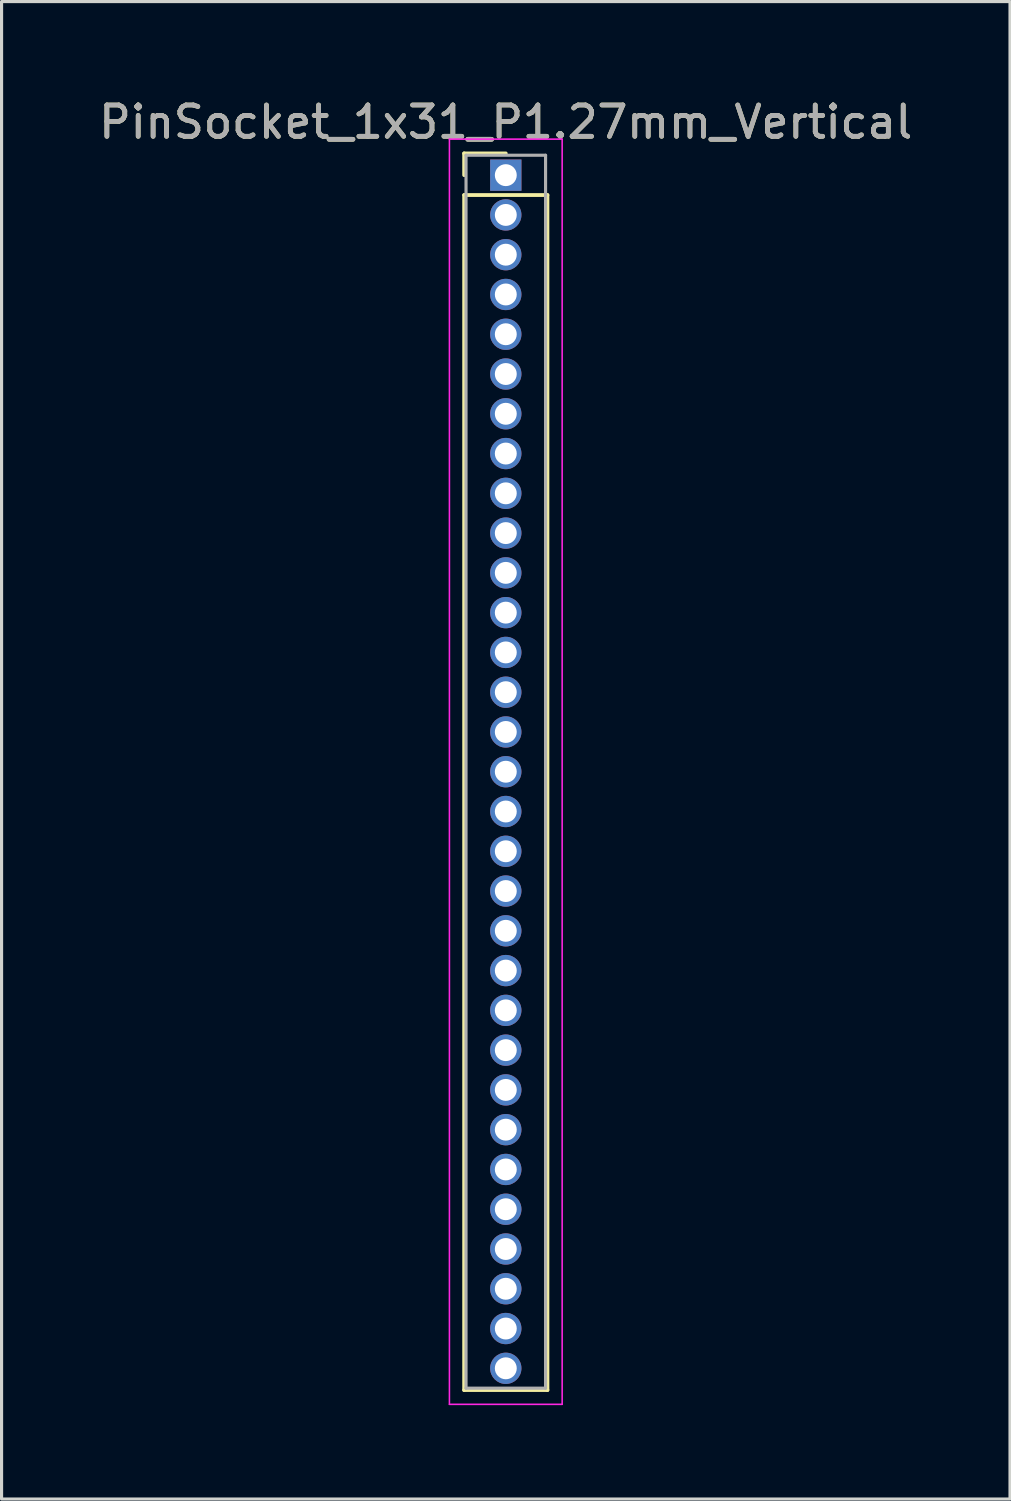
<source format=kicad_pcb>
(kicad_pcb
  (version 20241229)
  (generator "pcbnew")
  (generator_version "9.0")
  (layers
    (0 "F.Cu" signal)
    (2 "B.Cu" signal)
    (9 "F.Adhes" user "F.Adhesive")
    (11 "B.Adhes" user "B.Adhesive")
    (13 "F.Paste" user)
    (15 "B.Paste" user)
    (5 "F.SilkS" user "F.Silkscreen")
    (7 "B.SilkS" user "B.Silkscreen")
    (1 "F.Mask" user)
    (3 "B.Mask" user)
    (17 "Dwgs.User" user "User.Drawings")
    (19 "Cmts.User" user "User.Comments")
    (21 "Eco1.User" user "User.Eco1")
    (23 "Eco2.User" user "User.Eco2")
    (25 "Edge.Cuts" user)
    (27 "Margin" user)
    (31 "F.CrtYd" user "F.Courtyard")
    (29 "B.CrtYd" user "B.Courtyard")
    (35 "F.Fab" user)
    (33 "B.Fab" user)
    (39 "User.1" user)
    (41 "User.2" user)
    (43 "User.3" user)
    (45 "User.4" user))
  (footprint "PinSocket_1x31_P1.27mm_Vertical"
    (layer "F.Cu")
    (at 13.101 2.543)
    (property "Reference" "PinSocket_1x31_P1.27mm_Vertical" (at 0 -1.695 0) (layer "F.SilkS") (effects (font (size 1 1) (thickness 0.15))))
    (attr through_hole)
    (fp_line (start -1.33 -0.695) (end 0 -0.695) (stroke (width 0.12) (type solid)) (layer "F.SilkS"))
    (fp_line (start -1.33 0) (end -1.33 -0.695) (stroke (width 0.12) (type solid)) (layer "F.SilkS"))
    (fp_line (start -1.33 0.635) (end -1.33 38.795) (stroke (width 0.12) (type solid)) (layer "F.SilkS"))
    (fp_line (start -1.33 38.795) (end 1.33 38.795) (stroke (width 0.12) (type solid)) (layer "F.SilkS"))
    (fp_line (start 1.33 0.635) (end -1.33 0.635) (stroke (width 0.12) (type solid)) (layer "F.SilkS"))
    (fp_line (start 1.33 38.795) (end 1.33 0.635) (stroke (width 0.12) (type solid)) (layer "F.SilkS"))
    (fp_line (start -1.8 -1.15) (end -1.8 39.25) (stroke (width 0.05) (type solid)) (layer "F.CrtYd"))
    (fp_line (start -1.8 39.25) (end 1.8 39.25) (stroke (width 0.05) (type solid)) (layer "F.CrtYd"))
    (fp_line (start 1.8 -1.15) (end -1.8 -1.15) (stroke (width 0.05) (type solid)) (layer "F.CrtYd"))
    (fp_line (start 1.8 39.25) (end 1.8 -1.15) (stroke (width 0.05) (type solid)) (layer "F.CrtYd"))
    (fp_line (start -1.27 -0.635) (end -1.27 38.735) (stroke (width 0.1) (type solid)) (layer "F.Fab"))
    (fp_line (start -1.27 38.735) (end 1.27 38.735) (stroke (width 0.1) (type solid)) (layer "F.Fab"))
    (fp_line (start 1.27 -0.635) (end -1.27 -0.635) (stroke (width 0.1) (type solid)) (layer "F.Fab"))
    (fp_line (start 1.27 38.735) (end 1.27 -0.635) (stroke (width 0.1) (type solid)) (layer "F.Fab"))
    (fp_text user "${REFERENCE}" (at 0 -1.695 0) (layer "F.Fab") (effects (font (size 1 1) (thickness 0.15))))
    (pad "1" thru_hole rect (at 0 0) (size 1 1) (drill 0.7) (layers "*.Cu" "*.Mask"))
    (pad "2" thru_hole oval (at 0 1.27) (size 1 1) (drill 0.7) (layers "*.Cu" "*.Mask"))
    (pad "3" thru_hole oval (at 0 2.54) (size 1 1) (drill 0.7) (layers "*.Cu" "*.Mask"))
    (pad "4" thru_hole oval (at 0 3.81) (size 1 1) (drill 0.7) (layers "*.Cu" "*.Mask"))
    (pad "5" thru_hole oval (at 0 5.08) (size 1 1) (drill 0.7) (layers "*.Cu" "*.Mask"))
    (pad "6" thru_hole oval (at 0 6.35) (size 1 1) (drill 0.7) (layers "*.Cu" "*.Mask"))
    (pad "7" thru_hole oval (at 0 7.62) (size 1 1) (drill 0.7) (layers "*.Cu" "*.Mask"))
    (pad "8" thru_hole oval (at 0 8.89) (size 1 1) (drill 0.7) (layers "*.Cu" "*.Mask"))
    (pad "9" thru_hole oval (at 0 10.16) (size 1 1) (drill 0.7) (layers "*.Cu" "*.Mask"))
    (pad "10" thru_hole oval (at 0 11.43) (size 1 1) (drill 0.7) (layers "*.Cu" "*.Mask"))
    (pad "11" thru_hole oval (at 0 12.7) (size 1 1) (drill 0.7) (layers "*.Cu" "*.Mask"))
    (pad "12" thru_hole oval (at 0 13.97) (size 1 1) (drill 0.7) (layers "*.Cu" "*.Mask"))
    (pad "13" thru_hole oval (at 0 15.24) (size 1 1) (drill 0.7) (layers "*.Cu" "*.Mask"))
    (pad "14" thru_hole oval (at 0 16.51) (size 1 1) (drill 0.7) (layers "*.Cu" "*.Mask"))
    (pad "15" thru_hole oval (at 0 17.78) (size 1 1) (drill 0.7) (layers "*.Cu" "*.Mask"))
    (pad "16" thru_hole oval (at 0 19.05) (size 1 1) (drill 0.7) (layers "*.Cu" "*.Mask"))
    (pad "17" thru_hole oval (at 0 20.32) (size 1 1) (drill 0.7) (layers "*.Cu" "*.Mask"))
    (pad "18" thru_hole oval (at 0 21.59) (size 1 1) (drill 0.7) (layers "*.Cu" "*.Mask"))
    (pad "19" thru_hole oval (at 0 22.86) (size 1 1) (drill 0.7) (layers "*.Cu" "*.Mask"))
    (pad "20" thru_hole oval (at 0 24.13) (size 1 1) (drill 0.7) (layers "*.Cu" "*.Mask"))
    (pad "21" thru_hole oval (at 0 25.4) (size 1 1) (drill 0.7) (layers "*.Cu" "*.Mask"))
    (pad "22" thru_hole oval (at 0 26.67) (size 1 1) (drill 0.7) (layers "*.Cu" "*.Mask"))
    (pad "23" thru_hole oval (at 0 27.94) (size 1 1) (drill 0.7) (layers "*.Cu" "*.Mask"))
    (pad "24" thru_hole oval (at 0 29.21) (size 1 1) (drill 0.7) (layers "*.Cu" "*.Mask"))
    (pad "25" thru_hole oval (at 0 30.48) (size 1 1) (drill 0.7) (layers "*.Cu" "*.Mask"))
    (pad "26" thru_hole oval (at 0 31.75) (size 1 1) (drill 0.7) (layers "*.Cu" "*.Mask"))
    (pad "27" thru_hole oval (at 0 33.02) (size 1 1) (drill 0.7) (layers "*.Cu" "*.Mask"))
    (pad "28" thru_hole oval (at 0 34.29) (size 1 1) (drill 0.7) (layers "*.Cu" "*.Mask"))
    (pad "29" thru_hole oval (at 0 35.56) (size 1 1) (drill 0.7) (layers "*.Cu" "*.Mask"))
    (pad "30" thru_hole oval (at 0 36.83) (size 1 1) (drill 0.7) (layers "*.Cu" "*.Mask"))
    (pad "31" thru_hole oval (at 0 38.1) (size 1 1) (drill 0.7) (layers "*.Cu" "*.Mask")))
  (gr_rect
    (start -3 -3)
    (end 29.202 44.818)
    (stroke (width 0.1) (type default))
    (fill no)
    (layer "Edge.Cuts")))
</source>
